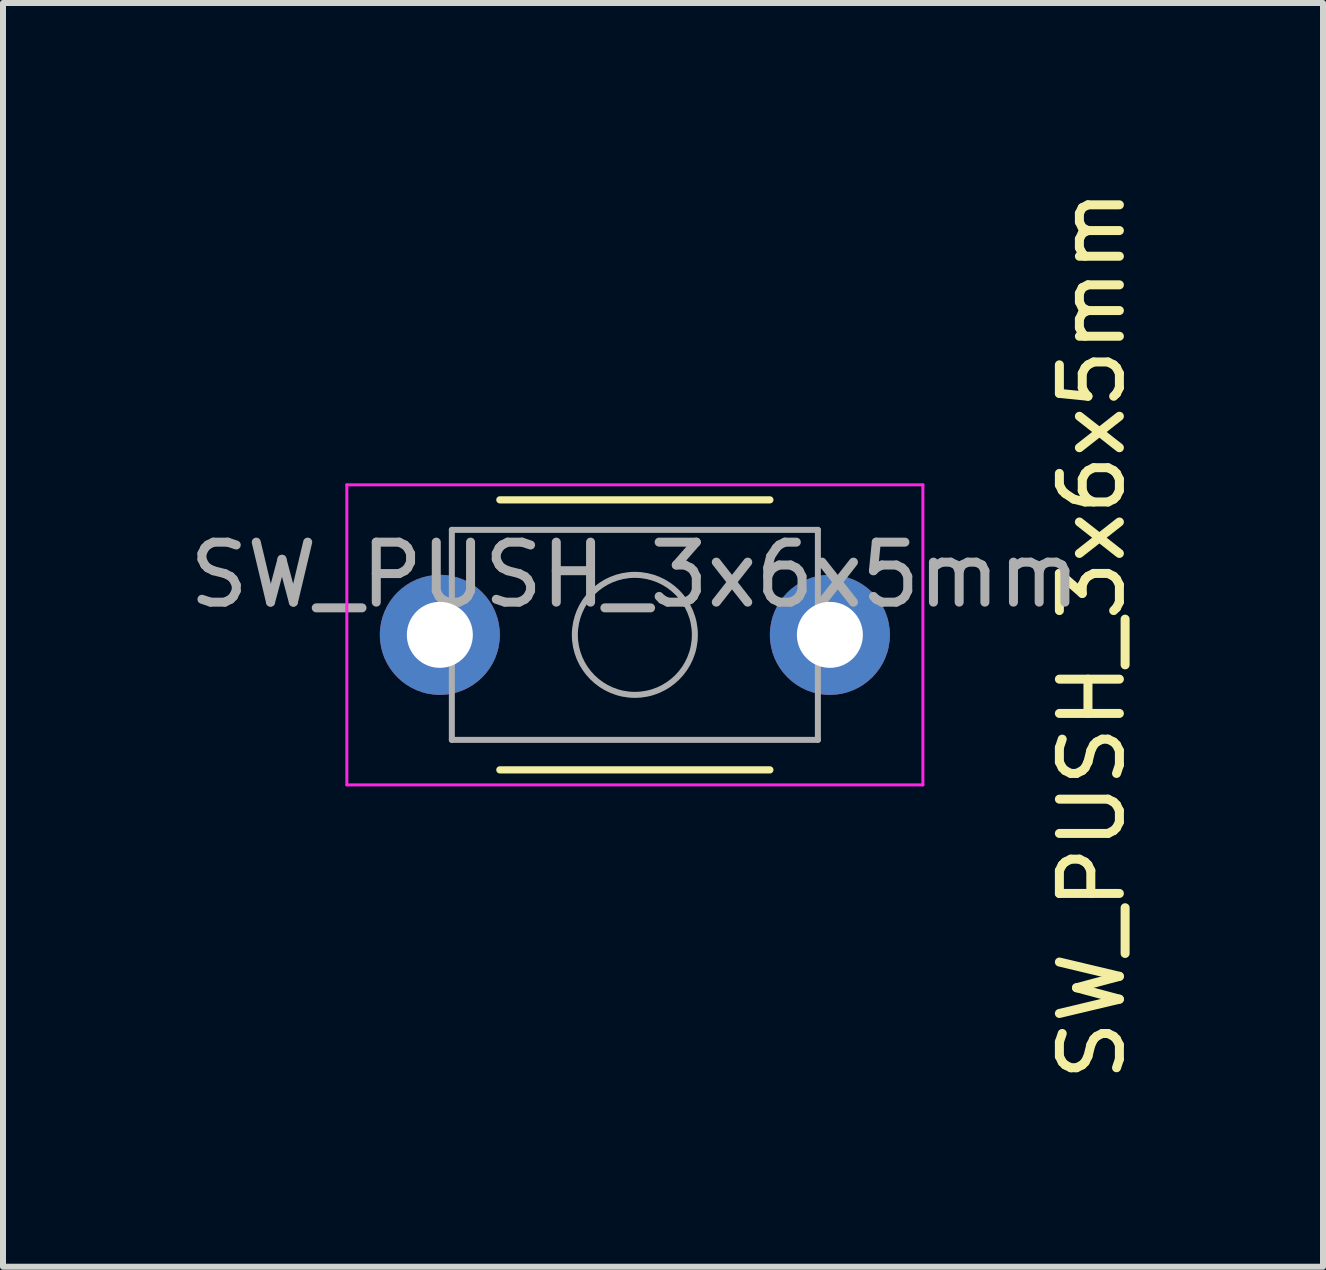
<source format=kicad_pcb>
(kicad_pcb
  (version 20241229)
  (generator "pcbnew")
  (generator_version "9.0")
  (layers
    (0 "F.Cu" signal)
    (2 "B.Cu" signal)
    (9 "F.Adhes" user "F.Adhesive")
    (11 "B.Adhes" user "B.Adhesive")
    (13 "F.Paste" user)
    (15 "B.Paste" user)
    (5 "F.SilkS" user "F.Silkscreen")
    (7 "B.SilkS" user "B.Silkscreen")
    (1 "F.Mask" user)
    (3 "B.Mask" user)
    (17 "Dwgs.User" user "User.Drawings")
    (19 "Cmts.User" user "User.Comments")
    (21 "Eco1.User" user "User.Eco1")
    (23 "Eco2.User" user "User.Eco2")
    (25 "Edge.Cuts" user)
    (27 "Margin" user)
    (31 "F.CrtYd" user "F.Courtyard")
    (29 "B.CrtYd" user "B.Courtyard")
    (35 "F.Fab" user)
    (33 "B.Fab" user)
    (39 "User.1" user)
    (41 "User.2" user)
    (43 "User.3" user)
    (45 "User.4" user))
  (footprint "SW_PUSH_3x6x5mm"
    (layer "F.Cu")
    (at 7.53 7.53)
    (property "Reference" "SW_PUSH_3x6x5mm" (at 7.62 0 90) (layer "F.SilkS") (effects (font (size 1 1) (thickness 0.15))))
    (attr through_hole)
    (fp_line (start -2.25 2.25) (end 2.25 2.25) (stroke (width 0.12) (type solid)) (layer "F.SilkS"))
    (fp_line (start 2.25 -2.25) (end -2.25 -2.25) (stroke (width 0.12) (type solid)) (layer "F.SilkS"))
    (fp_line (start -4.8 2.5) (end -4.8 -2.5) (stroke (width 0.05) (type solid)) (layer "F.CrtYd"))
    (fp_line (start -4.8 2.5) (end 4.8 2.5) (stroke (width 0.05) (type solid)) (layer "F.CrtYd"))
    (fp_line (start 4.8 -2.5) (end -4.8 -2.5) (stroke (width 0.05) (type solid)) (layer "F.CrtYd"))
    (fp_line (start 4.8 -2.5) (end 4.8 2.5) (stroke (width 0.05) (type solid)) (layer "F.CrtYd"))
    (fp_line (start -3.05 -1.75) (end 3.05 -1.75) (stroke (width 0.1) (type solid)) (layer "F.Fab"))
    (fp_line (start -3.05 1.75) (end -3.05 -1.75) (stroke (width 0.1) (type solid)) (layer "F.Fab"))
    (fp_line (start 3.05 -1.75) (end 3.05 1.75) (stroke (width 0.1) (type solid)) (layer "F.Fab"))
    (fp_line (start 3.05 1.75) (end -3.05 1.75) (stroke (width 0.1) (type solid)) (layer "F.Fab"))
    (fp_circle (center 0 0) (end 1 0) (stroke (width 0.1) (type solid)) (fill no) (layer "F.Fab"))
    (fp_text user "${REFERENCE}" (at 0 -1 0) (layer "F.Fab") (effects (font (size 1 1) (thickness 0.15))))
    (pad "1" thru_hole circle (at -3.25 0 90) (size 2 2) (drill 1.1) (layers "*.Cu" "*.Mask"))
    (pad "2" thru_hole circle (at 3.25 0 90) (size 2 2) (drill 1.1) (layers "*.Cu" "*.Mask")))
  (gr_rect
    (start -3 -3)
    (end 18.998 18.06)
    (stroke (width 0.1) (type default))
    (fill no)
    (layer "Edge.Cuts")))
</source>
